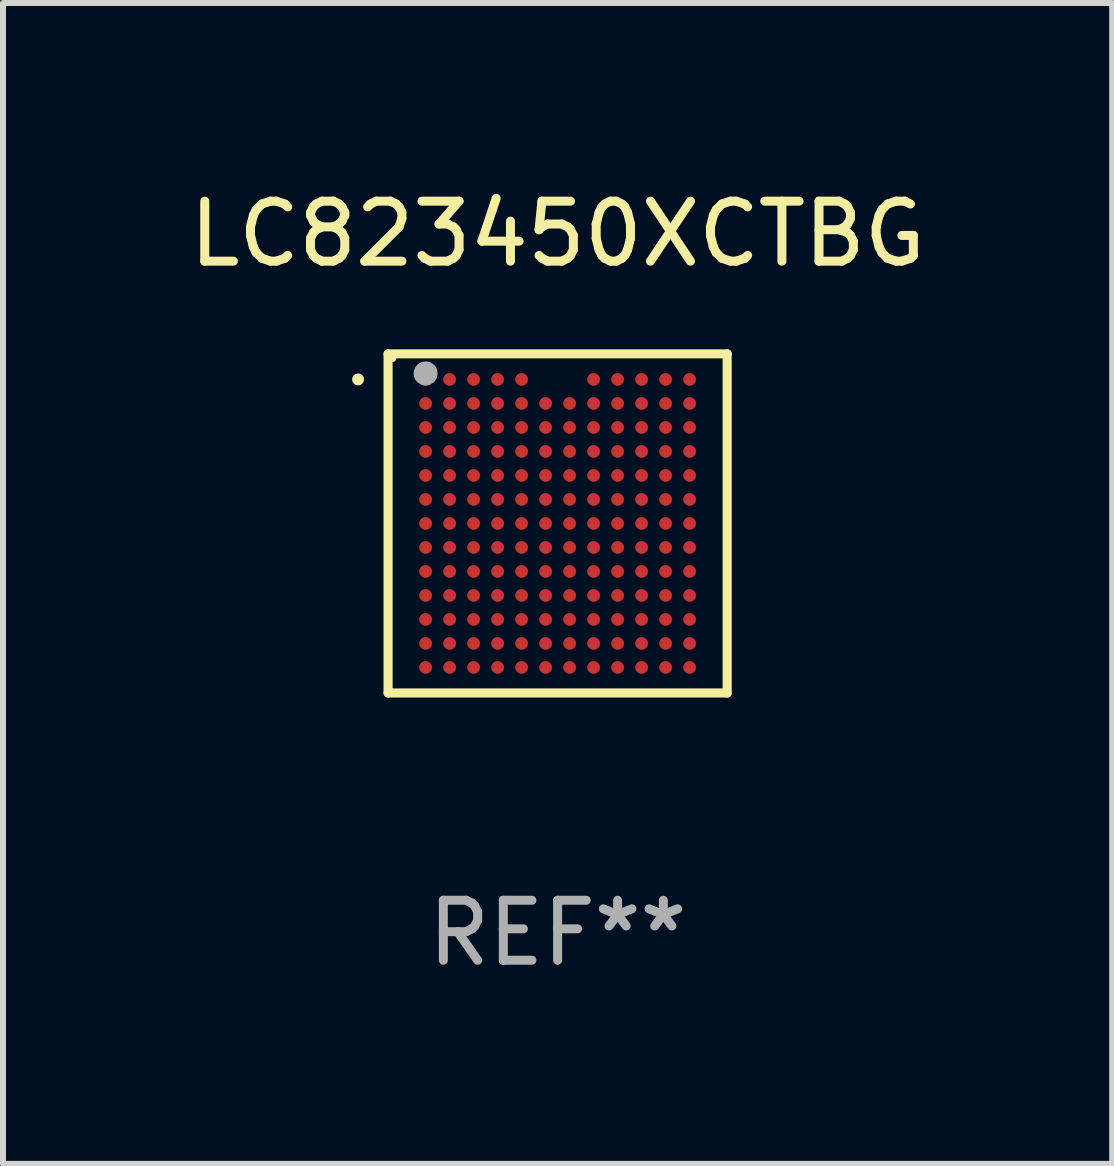
<source format=kicad_pcb>
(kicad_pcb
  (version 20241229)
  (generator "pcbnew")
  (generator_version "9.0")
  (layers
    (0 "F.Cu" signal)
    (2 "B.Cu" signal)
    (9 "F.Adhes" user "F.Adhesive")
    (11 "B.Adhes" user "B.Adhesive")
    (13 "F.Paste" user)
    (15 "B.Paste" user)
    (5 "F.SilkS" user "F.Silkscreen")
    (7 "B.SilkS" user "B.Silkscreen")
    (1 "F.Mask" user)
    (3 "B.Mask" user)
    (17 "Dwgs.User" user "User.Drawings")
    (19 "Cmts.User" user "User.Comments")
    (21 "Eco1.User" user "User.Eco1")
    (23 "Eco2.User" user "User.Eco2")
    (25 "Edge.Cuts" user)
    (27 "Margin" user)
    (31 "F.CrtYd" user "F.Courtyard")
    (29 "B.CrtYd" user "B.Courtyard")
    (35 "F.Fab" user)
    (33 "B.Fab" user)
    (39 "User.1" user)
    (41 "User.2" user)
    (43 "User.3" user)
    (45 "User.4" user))
  (footprint "LC823450XCTBG"
    (layer "F.Cu")
    (at 6.244 5.674)
    (property "Reference" "LC823450XCTBG" (at 0 -4.826 0) (layer "F.SilkS") (effects (font (size 1 1) (thickness 0.15))))
    (attr through_hole)
    (fp_line (start -2.826 -2.826) (end 2.826 -2.826) (stroke (width 0.152) (type solid)) (layer "F.SilkS"))
    (fp_line (start -2.826 2.826) (end -2.826 -2.826) (stroke (width 0.152) (type solid)) (layer "F.SilkS"))
    (fp_line (start 2.826 -2.826) (end 2.826 2.826) (stroke (width 0.152) (type solid)) (layer "F.SilkS"))
    (fp_line (start 2.826 2.826) (end -2.826 2.826) (stroke (width 0.152) (type solid)) (layer "F.SilkS"))
    (fp_circle (center -3.326 -2.4) (end -3.276 -2.4) (stroke (width 0.1) (type solid)) (fill no) (layer "F.SilkS"))
    (fp_circle (center -2.75 -2.75) (end -2.72 -2.75) (stroke (width 0.06) (type solid)) (fill no) (layer "F.SilkS"))
    (fp_circle (center -2.2 -2.5) (end -2.1 -2.5) (stroke (width 0.2) (type solid)) (fill no) (layer "F.Fab"))
    (fp_text user "REF**" (at 0 6.826 0) (layer "F.Fab") (effects (font (size 1 1) (thickness 0.15))))
    (pad "A1" smd circle (at -2.2 -2.4) (size 0.212 0.212) (layers "F.Cu" "F.Mask" "F.Paste"))
    (pad "A2" smd circle (at -1.8 -2.4) (size 0.212 0.212) (layers "F.Cu" "F.Mask" "F.Paste"))
    (pad "A3" smd circle (at -1.4 -2.4) (size 0.212 0.212) (layers "F.Cu" "F.Mask" "F.Paste"))
    (pad "A4" smd circle (at -1 -2.4) (size 0.212 0.212) (layers "F.Cu" "F.Mask" "F.Paste"))
    (pad "A5" smd circle (at -0.6 -2.4) (size 0.212 0.212) (layers "F.Cu" "F.Mask" "F.Paste"))
    (pad "A8" smd circle (at 0.6 -2.4) (size 0.212 0.212) (layers "F.Cu" "F.Mask" "F.Paste"))
    (pad "A9" smd circle (at 1 -2.4) (size 0.212 0.212) (layers "F.Cu" "F.Mask" "F.Paste"))
    (pad "A10" smd circle (at 1.4 -2.4) (size 0.212 0.212) (layers "F.Cu" "F.Mask" "F.Paste"))
    (pad "A11" smd circle (at 1.8 -2.4) (size 0.212 0.212) (layers "F.Cu" "F.Mask" "F.Paste"))
    (pad "A12" smd circle (at 2.2 -2.4) (size 0.212 0.212) (layers "F.Cu" "F.Mask" "F.Paste"))
    (pad "B1" smd circle (at -2.2 -2) (size 0.212 0.212) (layers "F.Cu" "F.Mask" "F.Paste"))
    (pad "B2" smd circle (at -1.8 -2) (size 0.212 0.212) (layers "F.Cu" "F.Mask" "F.Paste"))
    (pad "B3" smd circle (at -1.4 -2) (size 0.212 0.212) (layers "F.Cu" "F.Mask" "F.Paste"))
    (pad "B4" smd circle (at -1 -2) (size 0.212 0.212) (layers "F.Cu" "F.Mask" "F.Paste"))
    (pad "B5" smd circle (at -0.6 -2) (size 0.212 0.212) (layers "F.Cu" "F.Mask" "F.Paste"))
    (pad "B6" smd circle (at -0.2 -2) (size 0.212 0.212) (layers "F.Cu" "F.Mask" "F.Paste"))
    (pad "B7" smd circle (at 0.2 -2) (size 0.212 0.212) (layers "F.Cu" "F.Mask" "F.Paste"))
    (pad "B8" smd circle (at 0.6 -2) (size 0.212 0.212) (layers "F.Cu" "F.Mask" "F.Paste"))
    (pad "B9" smd circle (at 1 -2) (size 0.212 0.212) (layers "F.Cu" "F.Mask" "F.Paste"))
    (pad "B10" smd circle (at 1.4 -2) (size 0.212 0.212) (layers "F.Cu" "F.Mask" "F.Paste"))
    (pad "B11" smd circle (at 1.8 -2) (size 0.212 0.212) (layers "F.Cu" "F.Mask" "F.Paste"))
    (pad "B12" smd circle (at 2.2 -2) (size 0.212 0.212) (layers "F.Cu" "F.Mask" "F.Paste"))
    (pad "C1" smd circle (at -2.2 -1.6) (size 0.212 0.212) (layers "F.Cu" "F.Mask" "F.Paste"))
    (pad "C2" smd circle (at -1.8 -1.6) (size 0.212 0.212) (layers "F.Cu" "F.Mask" "F.Paste"))
    (pad "C3" smd circle (at -1.4 -1.6) (size 0.212 0.212) (layers "F.Cu" "F.Mask" "F.Paste"))
    (pad "C4" smd circle (at -1 -1.6) (size 0.212 0.212) (layers "F.Cu" "F.Mask" "F.Paste"))
    (pad "C5" smd circle (at -0.6 -1.6) (size 0.212 0.212) (layers "F.Cu" "F.Mask" "F.Paste"))
    (pad "C6" smd circle (at -0.2 -1.6) (size 0.212 0.212) (layers "F.Cu" "F.Mask" "F.Paste"))
    (pad "C7" smd circle (at 0.2 -1.6) (size 0.212 0.212) (layers "F.Cu" "F.Mask" "F.Paste"))
    (pad "C8" smd circle (at 0.6 -1.6) (size 0.212 0.212) (layers "F.Cu" "F.Mask" "F.Paste"))
    (pad "C9" smd circle (at 1 -1.6) (size 0.212 0.212) (layers "F.Cu" "F.Mask" "F.Paste"))
    (pad "C10" smd circle (at 1.4 -1.6) (size 0.212 0.212) (layers "F.Cu" "F.Mask" "F.Paste"))
    (pad "C11" smd circle (at 1.8 -1.6) (size 0.212 0.212) (layers "F.Cu" "F.Mask" "F.Paste"))
    (pad "C12" smd circle (at 2.2 -1.6) (size 0.212 0.212) (layers "F.Cu" "F.Mask" "F.Paste"))
    (pad "D1" smd circle (at -2.2 -1.2) (size 0.212 0.212) (layers "F.Cu" "F.Mask" "F.Paste"))
    (pad "D2" smd circle (at -1.8 -1.2) (size 0.212 0.212) (layers "F.Cu" "F.Mask" "F.Paste"))
    (pad "D3" smd circle (at -1.4 -1.2) (size 0.212 0.212) (layers "F.Cu" "F.Mask" "F.Paste"))
    (pad "D4" smd circle (at -1 -1.2) (size 0.212 0.212) (layers "F.Cu" "F.Mask" "F.Paste"))
    (pad "D5" smd circle (at -0.6 -1.2) (size 0.212 0.212) (layers "F.Cu" "F.Mask" "F.Paste"))
    (pad "D6" smd circle (at -0.2 -1.2) (size 0.212 0.212) (layers "F.Cu" "F.Mask" "F.Paste"))
    (pad "D7" smd circle (at 0.2 -1.2) (size 0.212 0.212) (layers "F.Cu" "F.Mask" "F.Paste"))
    (pad "D8" smd circle (at 0.6 -1.2) (size 0.212 0.212) (layers "F.Cu" "F.Mask" "F.Paste"))
    (pad "D9" smd circle (at 1 -1.2) (size 0.212 0.212) (layers "F.Cu" "F.Mask" "F.Paste"))
    (pad "D10" smd circle (at 1.4 -1.2) (size 0.212 0.212) (layers "F.Cu" "F.Mask" "F.Paste"))
    (pad "D11" smd circle (at 1.8 -1.2) (size 0.212 0.212) (layers "F.Cu" "F.Mask" "F.Paste"))
    (pad "D12" smd circle (at 2.2 -1.2) (size 0.212 0.212) (layers "F.Cu" "F.Mask" "F.Paste"))
    (pad "E1" smd circle (at -2.2 -0.8) (size 0.212 0.212) (layers "F.Cu" "F.Mask" "F.Paste"))
    (pad "E2" smd circle (at -1.8 -0.8) (size 0.212 0.212) (layers "F.Cu" "F.Mask" "F.Paste"))
    (pad "E3" smd circle (at -1.4 -0.8) (size 0.212 0.212) (layers "F.Cu" "F.Mask" "F.Paste"))
    (pad "E4" smd circle (at -1 -0.8) (size 0.212 0.212) (layers "F.Cu" "F.Mask" "F.Paste"))
    (pad "E5" smd circle (at -0.6 -0.8) (size 0.212 0.212) (layers "F.Cu" "F.Mask" "F.Paste"))
    (pad "E6" smd circle (at -0.2 -0.8) (size 0.212 0.212) (layers "F.Cu" "F.Mask" "F.Paste"))
    (pad "E7" smd circle (at 0.2 -0.8) (size 0.212 0.212) (layers "F.Cu" "F.Mask" "F.Paste"))
    (pad "E8" smd circle (at 0.6 -0.8) (size 0.212 0.212) (layers "F.Cu" "F.Mask" "F.Paste"))
    (pad "E9" smd circle (at 1 -0.8) (size 0.212 0.212) (layers "F.Cu" "F.Mask" "F.Paste"))
    (pad "E10" smd circle (at 1.4 -0.8) (size 0.212 0.212) (layers "F.Cu" "F.Mask" "F.Paste"))
    (pad "E11" smd circle (at 1.8 -0.8) (size 0.212 0.212) (layers "F.Cu" "F.Mask" "F.Paste"))
    (pad "E12" smd circle (at 2.2 -0.8) (size 0.212 0.212) (layers "F.Cu" "F.Mask" "F.Paste"))
    (pad "F1" smd circle (at -2.2 -0.4) (size 0.212 0.212) (layers "F.Cu" "F.Mask" "F.Paste"))
    (pad "F2" smd circle (at -1.8 -0.4) (size 0.212 0.212) (layers "F.Cu" "F.Mask" "F.Paste"))
    (pad "F3" smd circle (at -1.4 -0.4) (size 0.212 0.212) (layers "F.Cu" "F.Mask" "F.Paste"))
    (pad "F4" smd circle (at -1 -0.4) (size 0.212 0.212) (layers "F.Cu" "F.Mask" "F.Paste"))
    (pad "F5" smd circle (at -0.6 -0.4) (size 0.212 0.212) (layers "F.Cu" "F.Mask" "F.Paste"))
    (pad "F6" smd circle (at -0.2 -0.4) (size 0.212 0.212) (layers "F.Cu" "F.Mask" "F.Paste"))
    (pad "F7" smd circle (at 0.2 -0.4) (size 0.212 0.212) (layers "F.Cu" "F.Mask" "F.Paste"))
    (pad "F8" smd circle (at 0.6 -0.4) (size 0.212 0.212) (layers "F.Cu" "F.Mask" "F.Paste"))
    (pad "F9" smd circle (at 1 -0.4) (size 0.212 0.212) (layers "F.Cu" "F.Mask" "F.Paste"))
    (pad "F10" smd circle (at 1.4 -0.4) (size 0.212 0.212) (layers "F.Cu" "F.Mask" "F.Paste"))
    (pad "F11" smd circle (at 1.8 -0.4) (size 0.212 0.212) (layers "F.Cu" "F.Mask" "F.Paste"))
    (pad "F12" smd circle (at 2.2 -0.4) (size 0.212 0.212) (layers "F.Cu" "F.Mask" "F.Paste"))
    (pad "G1" smd circle (at -2.2 -0.000013) (size 0.212 0.212) (layers "F.Cu" "F.Mask" "F.Paste"))
    (pad "G2" smd circle (at -1.8 -0.000013) (size 0.212 0.212) (layers "F.Cu" "F.Mask" "F.Paste"))
    (pad "G3" smd circle (at -1.4 -0.000013) (size 0.212 0.212) (layers "F.Cu" "F.Mask" "F.Paste"))
    (pad "G4" smd circle (at -1 -0.000013) (size 0.212 0.212) (layers "F.Cu" "F.Mask" "F.Paste"))
    (pad "G5" smd circle (at -0.6 -0.000013) (size 0.212 0.212) (layers "F.Cu" "F.Mask" "F.Paste"))
    (pad "G6" smd circle (at -0.2 -0.000013) (size 0.212 0.212) (layers "F.Cu" "F.Mask" "F.Paste"))
    (pad "G7" smd circle (at 0.2 -0.000013) (size 0.212 0.212) (layers "F.Cu" "F.Mask" "F.Paste"))
    (pad "G8" smd circle (at 0.6 -0.000013) (size 0.212 0.212) (layers "F.Cu" "F.Mask" "F.Paste"))
    (pad "G9" smd circle (at 1 -0.000013) (size 0.212 0.212) (layers "F.Cu" "F.Mask" "F.Paste"))
    (pad "G10" smd circle (at 1.4 -0.000013) (size 0.212 0.212) (layers "F.Cu" "F.Mask" "F.Paste"))
    (pad "G11" smd circle (at 1.8 -0.000013) (size 0.212 0.212) (layers "F.Cu" "F.Mask" "F.Paste"))
    (pad "G12" smd circle (at 2.2 -0.000013) (size 0.212 0.212) (layers "F.Cu" "F.Mask" "F.Paste"))
    (pad "H1" smd circle (at -2.2 0.4) (size 0.212 0.212) (layers "F.Cu" "F.Mask" "F.Paste"))
    (pad "H2" smd circle (at -1.8 0.4) (size 0.212 0.212) (layers "F.Cu" "F.Mask" "F.Paste"))
    (pad "H3" smd circle (at -1.4 0.4) (size 0.212 0.212) (layers "F.Cu" "F.Mask" "F.Paste"))
    (pad "H4" smd circle (at -1 0.4) (size 0.212 0.212) (layers "F.Cu" "F.Mask" "F.Paste"))
    (pad "H5" smd circle (at -0.6 0.4) (size 0.212 0.212) (layers "F.Cu" "F.Mask" "F.Paste"))
    (pad "H6" smd circle (at -0.2 0.4) (size 0.212 0.212) (layers "F.Cu" "F.Mask" "F.Paste"))
    (pad "H7" smd circle (at 0.2 0.4) (size 0.212 0.212) (layers "F.Cu" "F.Mask" "F.Paste"))
    (pad "H8" smd circle (at 0.6 0.4) (size 0.212 0.212) (layers "F.Cu" "F.Mask" "F.Paste"))
    (pad "H9" smd circle (at 1 0.4) (size 0.212 0.212) (layers "F.Cu" "F.Mask" "F.Paste"))
    (pad "H10" smd circle (at 1.4 0.4) (size 0.212 0.212) (layers "F.Cu" "F.Mask" "F.Paste"))
    (pad "H11" smd circle (at 1.8 0.4) (size 0.212 0.212) (layers "F.Cu" "F.Mask" "F.Paste"))
    (pad "H12" smd circle (at 2.2 0.4) (size 0.212 0.212) (layers "F.Cu" "F.Mask" "F.Paste"))
    (pad "J1" smd circle (at -2.2 0.8) (size 0.212 0.212) (layers "F.Cu" "F.Mask" "F.Paste"))
    (pad "J2" smd circle (at -1.8 0.8) (size 0.212 0.212) (layers "F.Cu" "F.Mask" "F.Paste"))
    (pad "J3" smd circle (at -1.4 0.8) (size 0.212 0.212) (layers "F.Cu" "F.Mask" "F.Paste"))
    (pad "J4" smd circle (at -1 0.8) (size 0.212 0.212) (layers "F.Cu" "F.Mask" "F.Paste"))
    (pad "J5" smd circle (at -0.6 0.8) (size 0.212 0.212) (layers "F.Cu" "F.Mask" "F.Paste"))
    (pad "J6" smd circle (at -0.2 0.8) (size 0.212 0.212) (layers "F.Cu" "F.Mask" "F.Paste"))
    (pad "J7" smd circle (at 0.2 0.8) (size 0.212 0.212) (layers "F.Cu" "F.Mask" "F.Paste"))
    (pad "J8" smd circle (at 0.6 0.8) (size 0.212 0.212) (layers "F.Cu" "F.Mask" "F.Paste"))
    (pad "J9" smd circle (at 1 0.8) (size 0.212 0.212) (layers "F.Cu" "F.Mask" "F.Paste"))
    (pad "J10" smd circle (at 1.4 0.8) (size 0.212 0.212) (layers "F.Cu" "F.Mask" "F.Paste"))
    (pad "J11" smd circle (at 1.8 0.8) (size 0.212 0.212) (layers "F.Cu" "F.Mask" "F.Paste"))
    (pad "J12" smd circle (at 2.2 0.8) (size 0.212 0.212) (layers "F.Cu" "F.Mask" "F.Paste"))
    (pad "K1" smd circle (at -2.2 1.2) (size 0.212 0.212) (layers "F.Cu" "F.Mask" "F.Paste"))
    (pad "K2" smd circle (at -1.8 1.2) (size 0.212 0.212) (layers "F.Cu" "F.Mask" "F.Paste"))
    (pad "K3" smd circle (at -1.4 1.2) (size 0.212 0.212) (layers "F.Cu" "F.Mask" "F.Paste"))
    (pad "K4" smd circle (at -1 1.2) (size 0.212 0.212) (layers "F.Cu" "F.Mask" "F.Paste"))
    (pad "K5" smd circle (at -0.6 1.2) (size 0.212 0.212) (layers "F.Cu" "F.Mask" "F.Paste"))
    (pad "K6" smd circle (at -0.2 1.2) (size 0.212 0.212) (layers "F.Cu" "F.Mask" "F.Paste"))
    (pad "K7" smd circle (at 0.2 1.2) (size 0.212 0.212) (layers "F.Cu" "F.Mask" "F.Paste"))
    (pad "K8" smd circle (at 0.6 1.2) (size 0.212 0.212) (layers "F.Cu" "F.Mask" "F.Paste"))
    (pad "K9" smd circle (at 1 1.2) (size 0.212 0.212) (layers "F.Cu" "F.Mask" "F.Paste"))
    (pad "K10" smd circle (at 1.4 1.2) (size 0.212 0.212) (layers "F.Cu" "F.Mask" "F.Paste"))
    (pad "K11" smd circle (at 1.8 1.2) (size 0.212 0.212) (layers "F.Cu" "F.Mask" "F.Paste"))
    (pad "K12" smd circle (at 2.2 1.2) (size 0.212 0.212) (layers "F.Cu" "F.Mask" "F.Paste"))
    (pad "L1" smd circle (at -2.2 1.6) (size 0.212 0.212) (layers "F.Cu" "F.Mask" "F.Paste"))
    (pad "L2" smd circle (at -1.8 1.6) (size 0.212 0.212) (layers "F.Cu" "F.Mask" "F.Paste"))
    (pad "L3" smd circle (at -1.4 1.6) (size 0.212 0.212) (layers "F.Cu" "F.Mask" "F.Paste"))
    (pad "L4" smd circle (at -1 1.6) (size 0.212 0.212) (layers "F.Cu" "F.Mask" "F.Paste"))
    (pad "L5" smd circle (at -0.6 1.6) (size 0.212 0.212) (layers "F.Cu" "F.Mask" "F.Paste"))
    (pad "L6" smd circle (at -0.2 1.6) (size 0.212 0.212) (layers "F.Cu" "F.Mask" "F.Paste"))
    (pad "L7" smd circle (at 0.2 1.6) (size 0.212 0.212) (layers "F.Cu" "F.Mask" "F.Paste"))
    (pad "L8" smd circle (at 0.6 1.6) (size 0.212 0.212) (layers "F.Cu" "F.Mask" "F.Paste"))
    (pad "L9" smd circle (at 1 1.6) (size 0.212 0.212) (layers "F.Cu" "F.Mask" "F.Paste"))
    (pad "L10" smd circle (at 1.4 1.6) (size 0.212 0.212) (layers "F.Cu" "F.Mask" "F.Paste"))
    (pad "L11" smd circle (at 1.8 1.6) (size 0.212 0.212) (layers "F.Cu" "F.Mask" "F.Paste"))
    (pad "L12" smd circle (at 2.2 1.6) (size 0.212 0.212) (layers "F.Cu" "F.Mask" "F.Paste"))
    (pad "M1" smd circle (at -2.2 2) (size 0.212 0.212) (layers "F.Cu" "F.Mask" "F.Paste"))
    (pad "M2" smd circle (at -1.8 2) (size 0.212 0.212) (layers "F.Cu" "F.Mask" "F.Paste"))
    (pad "M3" smd circle (at -1.4 2) (size 0.212 0.212) (layers "F.Cu" "F.Mask" "F.Paste"))
    (pad "M4" smd circle (at -1 2) (size 0.212 0.212) (layers "F.Cu" "F.Mask" "F.Paste"))
    (pad "M5" smd circle (at -0.6 2) (size 0.212 0.212) (layers "F.Cu" "F.Mask" "F.Paste"))
    (pad "M6" smd circle (at -0.2 2) (size 0.212 0.212) (layers "F.Cu" "F.Mask" "F.Paste"))
    (pad "M7" smd circle (at 0.2 2) (size 0.212 0.212) (layers "F.Cu" "F.Mask" "F.Paste"))
    (pad "M8" smd circle (at 0.6 2) (size 0.212 0.212) (layers "F.Cu" "F.Mask" "F.Paste"))
    (pad "M9" smd circle (at 1 2) (size 0.212 0.212) (layers "F.Cu" "F.Mask" "F.Paste"))
    (pad "M10" smd circle (at 1.4 2) (size 0.212 0.212) (layers "F.Cu" "F.Mask" "F.Paste"))
    (pad "M11" smd circle (at 1.8 2) (size 0.212 0.212) (layers "F.Cu" "F.Mask" "F.Paste"))
    (pad "M12" smd circle (at 2.2 2) (size 0.212 0.212) (layers "F.Cu" "F.Mask" "F.Paste"))
    (pad "N1" smd circle (at -2.2 2.4) (size 0.212 0.212) (layers "F.Cu" "F.Mask" "F.Paste"))
    (pad "N2" smd circle (at -1.8 2.4) (size 0.212 0.212) (layers "F.Cu" "F.Mask" "F.Paste"))
    (pad "N3" smd circle (at -1.4 2.4) (size 0.212 0.212) (layers "F.Cu" "F.Mask" "F.Paste"))
    (pad "N4" smd circle (at -1 2.4) (size 0.212 0.212) (layers "F.Cu" "F.Mask" "F.Paste"))
    (pad "N5" smd circle (at -0.6 2.4) (size 0.212 0.212) (layers "F.Cu" "F.Mask" "F.Paste"))
    (pad "N6" smd circle (at -0.2 2.4) (size 0.212 0.212) (layers "F.Cu" "F.Mask" "F.Paste"))
    (pad "N7" smd circle (at 0.2 2.4) (size 0.212 0.212) (layers "F.Cu" "F.Mask" "F.Paste"))
    (pad "N8" smd circle (at 0.6 2.4) (size 0.212 0.212) (layers "F.Cu" "F.Mask" "F.Paste"))
    (pad "N9" smd circle (at 1 2.4) (size 0.212 0.212) (layers "F.Cu" "F.Mask" "F.Paste"))
    (pad "N10" smd circle (at 1.4 2.4) (size 0.212 0.212) (layers "F.Cu" "F.Mask" "F.Paste"))
    (pad "N11" smd circle (at 1.8 2.4) (size 0.212 0.212) (layers "F.Cu" "F.Mask" "F.Paste"))
    (pad "N12" smd circle (at 2.2 2.4) (size 0.212 0.212) (layers "F.Cu" "F.Mask" "F.Paste")))
  (gr_rect
    (start -3 -3)
    (end 15.488 16.349)
    (stroke (width 0.1) (type default))
    (fill no)
    (layer "Edge.Cuts")))
</source>
